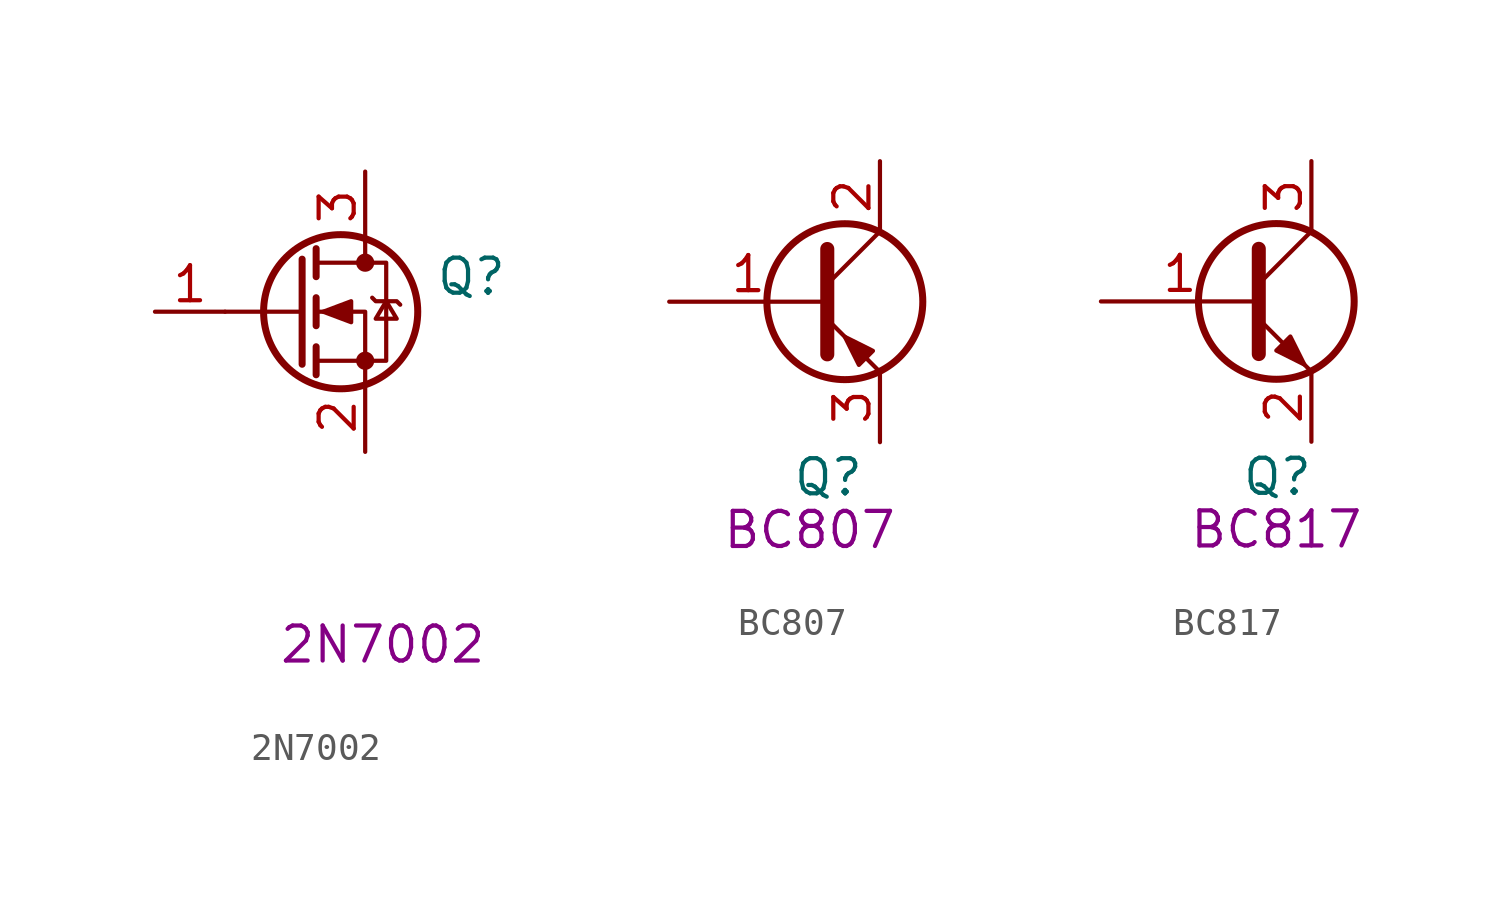
<source format=kicad_sym>
(kicad_symbol_lib
  (version 20211014)
  (generator kicad_symbol_editor)
  (symbol "2N7002"
    (pin_names
      (offset 0) hide)
    (property "Reference" "Q"
      (at 5.08 1.27 0)
      (effects (font (size 1.27 1.27)) (justify left)))
    (property "Comment" "2N7002"
      (at 3.175 -12.065 0)
      (effects (font (size 1.27 1.27))))
    (symbol "2N7002_0_1"
      (polyline (pts (xy 0.254 0) (xy -2.54 0)) (stroke (width 0) (type default) (color 0 0 0 0)) (fill (type none)))
      (polyline (pts (xy 0.254 1.905) (xy 0.254 -1.905)) (stroke (width 0.254) (type default) (color 0 0 0 0)) (fill (type none)))
      (polyline (pts (xy 0.762 -1.27) (xy 0.762 -2.286)) (stroke (width 0.254) (type default) (color 0 0 0 0)) (fill (type none)))
      (polyline (pts (xy 0.762 0.508) (xy 0.762 -0.508)) (stroke (width 0.254) (type default) (color 0 0 0 0)) (fill (type none)))
      (polyline (pts (xy 0.762 2.286) (xy 0.762 1.27)) (stroke (width 0.254) (type default) (color 0 0 0 0)) (fill (type none)))
      (polyline (pts (xy 2.54 2.54) (xy 2.54 1.778)) (stroke (width 0) (type default) (color 0 0 0 0)) (fill (type none)))
      (polyline (pts (xy 2.54 -2.54) (xy 2.54 0) (xy 0.762 0)) (stroke (width 0) (type default) (color 0 0 0 0)) (fill (type none)))
      (polyline (pts (xy 0.762 -1.778) (xy 3.302 -1.778) (xy 3.302 1.778) (xy 0.762 1.778)) (stroke (width 0) (type default) (color 0 0 0 0)) (fill (type none)))
      (polyline (pts (xy 1.016 0) (xy 2.032 0.381) (xy 2.032 -0.381) (xy 1.016 0)) (stroke (width 0) (type default) (color 0 0 0 0)) (fill (type outline)))
      (polyline (pts (xy 2.794 0.508) (xy 2.921 0.381) (xy 3.683 0.381) (xy 3.81 0.254)) (stroke (width 0) (type default) (color 0 0 0 0)) (fill (type none)))
      (polyline (pts (xy 3.302 0.381) (xy 2.921 -0.254) (xy 3.683 -0.254) (xy 3.302 0.381)) (stroke (width 0) (type default) (color 0 0 0 0)) (fill (type none)))
      (circle (center 1.651 0) (radius 2.794) (stroke (width 0.254) (type default) (color 0 0 0 0)) (fill (type none)))
      (circle (center 2.54 -1.778) (radius 0.254) (stroke (width 0) (type default) (color 0 0 0 0)) (fill (type outline)))
      (circle (center 2.54 1.778) (radius 0.254) (stroke (width 0) (type default) (color 0 0 0 0)) (fill (type outline))))
    (symbol "2N7002_1_1"
      (pin input line (at -5.08 0 0) (length 2.54) (name "G" (effects (font (size 1.27 1.27)))) (number "1" (effects (font (size 1.27 1.27)))))
      (pin passive line (at 2.54 -5.08 90) (length 2.54) (name "S" (effects (font (size 1.27 1.27)))) (number "2" (effects (font (size 1.27 1.27)))))
      (pin passive line (at 2.54 5.08 270) (length 2.54) (name "D" (effects (font (size 1.27 1.27)))) (number "3" (effects (font (size 1.27 1.27)))))))
  (symbol "BC807"
    (pin_names
      (offset 0) hide)
    (property "Reference" "Q"
      (at -0.635 -6.35 0)
      (effects (font (size 1.27 1.27)) (justify left)))
    (property "Comment" "BC807"
      (at 0 -8.255 0)
      (effects (font (size 1.27 1.27))))
    (symbol "BC807_0_1"
      (polyline (pts (xy 0.635 0.635) (xy 2.54 2.54)) (stroke (width 0) (type default) (color 0 0 0 0)) (fill (type none)))
      (polyline (pts (xy 0.635 -0.635) (xy 2.54 -2.54) (xy 2.54 -2.54)) (stroke (width 0) (type default) (color 0 0 0 0)) (fill (type none)))
      (polyline (pts (xy 0.635 1.905) (xy 0.635 -1.905) (xy 0.635 -1.905)) (stroke (width 0.508) (type default) (color 0 0 0 0)) (fill (type none)))
      (polyline (pts (xy 2.286 -1.778) (xy 1.778 -2.286) (xy 1.27 -1.27) (xy 2.286 -1.778) (xy 2.286 -1.778)) (stroke (width 0) (type default) (color 0 0 0 0)) (fill (type outline)))
      (circle (center 1.27 0) (radius 2.819) (stroke (width 0.254) (type default) (color 0 0 0 0)) (fill (type none))))
    (symbol "BC807_1_1"
      (pin input line (at -5.08 0 0) (length 5.715) (name "B" (effects (font (size 1.27 1.27)))) (number "1" (effects (font (size 1.27 1.27)))))
      (pin passive line (at 2.54 5.08 270) (length 2.54) (name "C" (effects (font (size 1.27 1.27)))) (number "2" (effects (font (size 1.27 1.27)))))
      (pin passive line (at 2.54 -5.08 90) (length 2.54) (name "E" (effects (font (size 1.27 1.27)))) (number "3" (effects (font (size 1.27 1.27)))))))
  (symbol "BC817"
    (pin_names
      (offset 0) hide)
    (property "Reference" "Q"
      (at 0 -6.35 0)
      (effects (font (size 1.27 1.27)) (justify left)))
    (property "Comment" "BC817"
      (at 1.27 -8.255 0)
      (effects (font (size 1.27 1.27))))
    (symbol "BC817_0_1"
      (polyline (pts (xy 0.635 0.635) (xy 2.54 2.54)) (stroke (width 0) (type default) (color 0 0 0 0)) (fill (type none)))
      (polyline (pts (xy 0.635 -0.635) (xy 2.54 -2.54) (xy 2.54 -2.54)) (stroke (width 0) (type default) (color 0 0 0 0)) (fill (type none)))
      (polyline (pts (xy 0.635 1.905) (xy 0.635 -1.905) (xy 0.635 -1.905)) (stroke (width 0.508) (type default) (color 0 0 0 0)) (fill (type none)))
      (polyline (pts (xy 1.27 -1.778) (xy 1.778 -1.27) (xy 2.286 -2.286) (xy 1.27 -1.778) (xy 1.27 -1.778)) (stroke (width 0) (type default) (color 0 0 0 0)) (fill (type outline)))
      (circle (center 1.27 0) (radius 2.819) (stroke (width 0.254) (type default) (color 0 0 0 0)) (fill (type none))))
    (symbol "BC817_1_1"
      (pin input line (at -5.08 0 0) (length 5.715) (name "B" (effects (font (size 1.27 1.27)))) (number "1" (effects (font (size 1.27 1.27)))))
      (pin passive line (at 2.54 -5.08 90) (length 2.54) (name "E" (effects (font (size 1.27 1.27)))) (number "2" (effects (font (size 1.27 1.27)))))
      (pin passive line (at 2.54 5.08 270) (length 2.54) (name "C" (effects (font (size 1.27 1.27)))) (number "3" (effects (font (size 1.27 1.27))))))))
</source>
